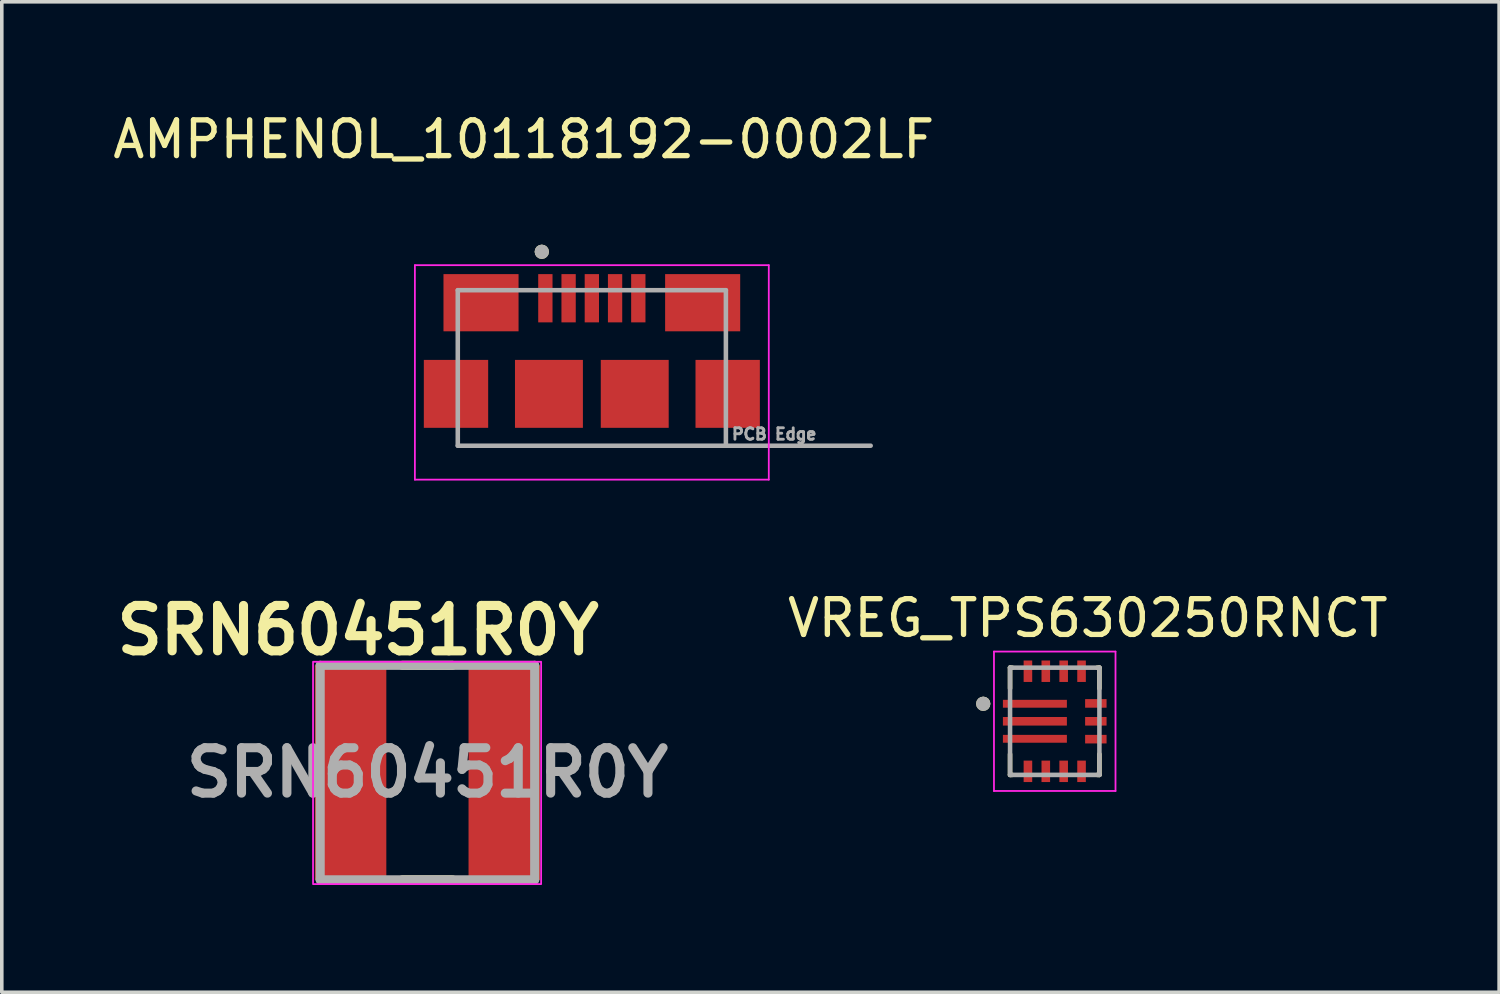
<source format=kicad_pcb>
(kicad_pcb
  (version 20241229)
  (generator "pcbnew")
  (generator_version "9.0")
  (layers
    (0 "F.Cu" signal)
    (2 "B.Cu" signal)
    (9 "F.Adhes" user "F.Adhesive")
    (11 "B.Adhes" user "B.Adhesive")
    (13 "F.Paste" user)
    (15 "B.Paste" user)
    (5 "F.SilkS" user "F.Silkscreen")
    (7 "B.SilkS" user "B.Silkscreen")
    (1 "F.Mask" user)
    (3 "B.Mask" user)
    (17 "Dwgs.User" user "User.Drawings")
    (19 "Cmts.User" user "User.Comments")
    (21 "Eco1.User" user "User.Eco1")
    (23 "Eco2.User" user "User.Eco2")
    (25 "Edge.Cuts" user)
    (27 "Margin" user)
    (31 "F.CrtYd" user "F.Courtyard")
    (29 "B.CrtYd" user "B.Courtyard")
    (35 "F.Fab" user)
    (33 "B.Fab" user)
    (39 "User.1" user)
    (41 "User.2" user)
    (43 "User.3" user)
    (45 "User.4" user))
  (footprint "SRN60451R0Y"
    (layer "F.Cu")
    (at 8.907 18.562)
    (property "Reference" "SRN60451R0Y" (at -1.94 -3.98 0) (layer "F.SilkS") (effects (font (size 1.27 1.27) (thickness 0.254))))
    (attr smd)
    (fp_line (start -0.7 -3) (end 0.7 -3) (stroke (width 0.254) (type solid)) (layer "F.SilkS"))
    (fp_line (start -0.7 3) (end 0.7 3) (stroke (width 0.254) (type solid)) (layer "F.SilkS"))
    (fp_rect (start -3.2 -3.1) (end 3.18 3.12) (stroke (width 0.05) (type default)) (fill no) (layer "F.CrtYd"))
    (fp_line (start -3 -3) (end 3 -3) (stroke (width 0.254) (type solid)) (layer "F.Fab"))
    (fp_line (start -3 3) (end -3 -3) (stroke (width 0.254) (type solid)) (layer "F.Fab"))
    (fp_line (start 3 -3) (end 3 3) (stroke (width 0.254) (type solid)) (layer "F.Fab"))
    (fp_line (start 3 3) (end -3 3) (stroke (width 0.254) (type solid)) (layer "F.Fab"))
    (fp_text user "${REFERENCE}" (at 0 0 0) (layer "F.Fab") (effects (font (size 1.27 1.27) (thickness 0.254))))
    (pad "1" smd rect (at -2.15 0) (size 2 6) (layers "F.Cu" "F.Mask" "F.Paste"))
    (pad "2" smd rect (at 2.15 0) (size 2 6) (layers "F.Cu" "F.Mask" "F.Paste")))
  (footprint "AMPHENOL_10118192-0002LF"
    (layer "F.Cu")
    (at 13.506 5.293)
    (property "Reference" "AMPHENOL_10118192-0002LF" (at -1.905 -4.445 0) (layer "F.SilkS") (effects (font (size 1 1) (thickness 0.15))))
    (attr smd)
    (fp_circle (center -1.4 -1.3) (end -1.3 -1.3) (stroke (width 0.2) (type solid)) (fill no) (layer "F.SilkS"))
    (fp_line (start -4.95 -0.925) (end 4.95 -0.925) (stroke (width 0.05) (type solid)) (layer "F.CrtYd"))
    (fp_line (start -4.95 5.075) (end -4.95 -0.925) (stroke (width 0.05) (type solid)) (layer "F.CrtYd"))
    (fp_line (start 4.95 -0.925) (end 4.95 5.075) (stroke (width 0.05) (type solid)) (layer "F.CrtYd"))
    (fp_line (start 4.95 5.075) (end -4.95 5.075) (stroke (width 0.05) (type solid)) (layer "F.CrtYd"))
    (fp_line (start -3.75 -0.225) (end 3.75 -0.225) (stroke (width 0.127) (type solid)) (layer "F.Fab"))
    (fp_line (start -3.75 4.125) (end -3.75 -0.225) (stroke (width 0.127) (type solid)) (layer "F.Fab"))
    (fp_line (start 3.75 -0.225) (end 3.75 4.125) (stroke (width 0.127) (type solid)) (layer "F.Fab"))
    (fp_line (start 3.75 4.125) (end -3.75 4.125) (stroke (width 0.127) (type solid)) (layer "F.Fab"))
    (fp_line (start 3.75 4.125) (end 7.8 4.125) (stroke (width 0.127) (type solid)) (layer "F.Fab"))
    (fp_circle (center -1.4 -1.3) (end -1.3 -1.3) (stroke (width 0.2) (type solid)) (fill no) (layer "F.Fab"))
    (fp_text user "PCB Edge" (at 5.1 3.8 0) (layer "F.Fab") (effects (font (size 0.32 0.32) (thickness 0.15))))
    (pad "1" smd rect (at -1.3 0) (size 0.4 1.35) (layers "F.Cu" "F.Mask" "F.Paste"))
    (pad "2" smd rect (at -0.65 0) (size 0.4 1.35) (layers "F.Cu" "F.Mask" "F.Paste"))
    (pad "3" smd rect (at 0 0) (size 0.4 1.35) (layers "F.Cu" "F.Mask" "F.Paste"))
    (pad "4" smd rect (at 0.65 0) (size 0.4 1.35) (layers "F.Cu" "F.Mask" "F.Paste"))
    (pad "5" smd rect (at 1.3 0) (size 0.4 1.35) (layers "F.Cu" "F.Mask" "F.Paste"))
    (pad "S1" smd rect (at -3.1 0.125) (size 2.1 1.6) (layers "F.Cu" "F.Mask" "F.Paste"))
    (pad "S2" smd rect (at 3.1 0.125) (size 2.1 1.6) (layers "F.Cu" "F.Mask" "F.Paste"))
    (pad "S3" smd rect (at -3.8 2.675) (size 1.8 1.9) (layers "F.Cu" "F.Mask" "F.Paste"))
    (pad "S4" smd rect (at -1.2 2.675) (size 1.9 1.9) (layers "F.Cu" "F.Mask" "F.Paste"))
    (pad "S5" smd rect (at 1.2 2.675) (size 1.9 1.9) (layers "F.Cu" "F.Mask" "F.Paste"))
    (pad "S6" smd rect (at 3.8 2.675) (size 1.8 1.9) (layers "F.Cu" "F.Mask" "F.Paste")))
  (footprint "VREG_TPS630250RNCT"
    (layer "F.Cu")
    (at 26.455 17.127)
    (property "Reference" "VREG_TPS630250RNCT" (at 0.925 -2.885 0) (layer "F.SilkS") (effects (font (size 1 1) (thickness 0.15))))
    (attr smd)
    (fp_poly (pts (xy -1.5 -0.65) (xy 0.39 -0.65) (xy 0.39 -0.33) (xy -1.5 -0.33)) (stroke (width 0.01) (type solid)) (fill yes) (layer "F.Mask"))
    (fp_poly (pts (xy -1.5 -0.17) (xy 0.39 -0.17) (xy 0.39 0.17) (xy -1.5 0.17)) (stroke (width 0.01) (type solid)) (fill yes) (layer "F.Mask"))
    (fp_poly (pts (xy -1.5 0.33) (xy 0.39 0.33) (xy 0.39 0.65) (xy -1.5 0.65)) (stroke (width 0.01) (type solid)) (fill yes) (layer "F.Mask"))
    (fp_poly (pts (xy 0.8 -0.67) (xy 1.5 -0.67) (xy 1.5 -0.33) (xy 0.8 -0.33)) (stroke (width 0.01) (type solid)) (fill yes) (layer "F.Mask"))
    (fp_poly (pts (xy 0.8 -0.17) (xy 1.5 -0.17) (xy 1.5 0.17) (xy 0.8 0.17)) (stroke (width 0.01) (type solid)) (fill yes) (layer "F.Mask"))
    (fp_poly (pts (xy 0.8 0.33) (xy 1.5 0.33) (xy 1.5 0.67) (xy 0.8 0.67)) (stroke (width 0.01) (type solid)) (fill yes) (layer "F.Mask"))
    (fp_line (start -1.25 -1.5) (end -1.25 -0.92) (stroke (width 0.127) (type solid)) (layer "F.SilkS"))
    (fp_line (start -1.25 -1.5) (end -1.19 -1.5) (stroke (width 0.127) (type solid)) (layer "F.SilkS"))
    (fp_line (start -1.25 1.5) (end -1.25 0.92) (stroke (width 0.127) (type solid)) (layer "F.SilkS"))
    (fp_line (start -1.19 1.5) (end -1.25 1.5) (stroke (width 0.127) (type solid)) (layer "F.SilkS"))
    (fp_line (start 1.19 -1.5) (end 1.25 -1.5) (stroke (width 0.127) (type solid)) (layer "F.SilkS"))
    (fp_line (start 1.25 -1.5) (end 1.25 -0.92) (stroke (width 0.127) (type solid)) (layer "F.SilkS"))
    (fp_line (start 1.25 1.5) (end 1.19 1.5) (stroke (width 0.127) (type solid)) (layer "F.SilkS"))
    (fp_line (start 1.25 1.5) (end 1.25 0.92) (stroke (width 0.127) (type solid)) (layer "F.SilkS"))
    (fp_circle (center -2 -0.49) (end -1.9 -0.49) (stroke (width 0.2) (type solid)) (fill no) (layer "F.SilkS"))
    (fp_poly (pts (xy -1.448 -0.6) (xy -0.652 -0.6) (xy -0.652 -0.38) (xy -1.448 -0.38)) (stroke (width 0.01) (type solid)) (fill yes) (layer "F.Paste"))
    (fp_poly (pts (xy -1.448 -0.12) (xy -0.652 -0.12) (xy -0.652 0.12) (xy -1.448 0.12)) (stroke (width 0.01) (type solid)) (fill yes) (layer "F.Paste"))
    (fp_poly (pts (xy -1.448 0.38) (xy -0.652 0.38) (xy -0.652 0.6) (xy -1.448 0.6)) (stroke (width 0.01) (type solid)) (fill yes) (layer "F.Paste"))
    (fp_poly (pts (xy -0.458 -0.6) (xy 0.338 -0.6) (xy 0.338 -0.38) (xy -0.458 -0.38)) (stroke (width 0.01) (type solid)) (fill yes) (layer "F.Paste"))
    (fp_poly (pts (xy -0.458 -0.12) (xy 0.338 -0.12) (xy 0.338 0.12) (xy -0.458 0.12)) (stroke (width 0.01) (type solid)) (fill yes) (layer "F.Paste"))
    (fp_poly (pts (xy -0.458 0.38) (xy 0.338 0.38) (xy 0.338 0.6) (xy -0.458 0.6)) (stroke (width 0.01) (type solid)) (fill yes) (layer "F.Paste"))
    (fp_line (start -1.7 -1.95) (end -1.7 1.95) (stroke (width 0.05) (type solid)) (layer "F.CrtYd"))
    (fp_line (start -1.7 1.95) (end 1.7 1.95) (stroke (width 0.05) (type solid)) (layer "F.CrtYd"))
    (fp_line (start 1.7 -1.95) (end -1.7 -1.95) (stroke (width 0.05) (type solid)) (layer "F.CrtYd"))
    (fp_line (start 1.7 1.95) (end 1.7 -1.95) (stroke (width 0.05) (type solid)) (layer "F.CrtYd"))
    (fp_line (start -1.25 -1.5) (end -1.25 1.5) (stroke (width 0.127) (type solid)) (layer "F.Fab"))
    (fp_line (start -1.25 -1.5) (end 1.25 -1.5) (stroke (width 0.127) (type solid)) (layer "F.Fab"))
    (fp_line (start 1.25 1.5) (end -1.25 1.5) (stroke (width 0.127) (type solid)) (layer "F.Fab"))
    (fp_line (start 1.25 1.5) (end 1.25 -1.5) (stroke (width 0.127) (type solid)) (layer "F.Fab"))
    (fp_circle (center -2 -0.49) (end -1.9 -0.49) (stroke (width 0.2) (type solid)) (fill no) (layer "F.Fab"))
    (pad "1" smd rect (at -0.555 -0.49) (size 1.79 0.22) (layers "F.Cu"))
    (pad "2" smd rect (at -0.555 0) (size 1.79 0.24) (layers "F.Cu"))
    (pad "3" smd rect (at -0.555 0.49) (size 1.79 0.22) (layers "F.Cu"))
    (pad "4" smd rect (at -0.75 1.4) (size 0.24 0.6) (layers "F.Cu" "F.Mask" "F.Paste"))
    (pad "5" smd rect (at -0.25 1.4) (size 0.24 0.6) (layers "F.Cu" "F.Mask" "F.Paste"))
    (pad "6" smd rect (at 0.25 1.4) (size 0.24 0.6) (layers "F.Cu" "F.Mask" "F.Paste"))
    (pad "7" smd rect (at 0.75 1.4) (size 0.24 0.6) (layers "F.Cu" "F.Mask" "F.Paste"))
    (pad "8" smd rect (at 1.15 0.5 90) (size 0.24 0.6) (layers "F.Cu" "F.Paste"))
    (pad "9" smd rect (at 1.15 0 90) (size 0.24 0.6) (layers "F.Cu" "F.Paste"))
    (pad "10" smd rect (at 1.15 -0.5 90) (size 0.24 0.6) (layers "F.Cu" "F.Paste"))
    (pad "11" smd rect (at 0.75 -1.4 180) (size 0.24 0.6) (layers "F.Cu" "F.Mask" "F.Paste"))
    (pad "12" smd rect (at 0.25 -1.4 180) (size 0.24 0.6) (layers "F.Cu" "F.Mask" "F.Paste"))
    (pad "13" smd rect (at -0.25 -1.4 180) (size 0.24 0.6) (layers "F.Cu" "F.Mask" "F.Paste"))
    (pad "14" smd rect (at -0.75 -1.4 180) (size 0.24 0.6) (layers "F.Cu" "F.Mask" "F.Paste")))
  (gr_rect
    (start -3 -3)
    (end 38.886 24.707)
    (stroke (width 0.1) (type default))
    (fill no)
    (layer "Edge.Cuts")))
</source>
